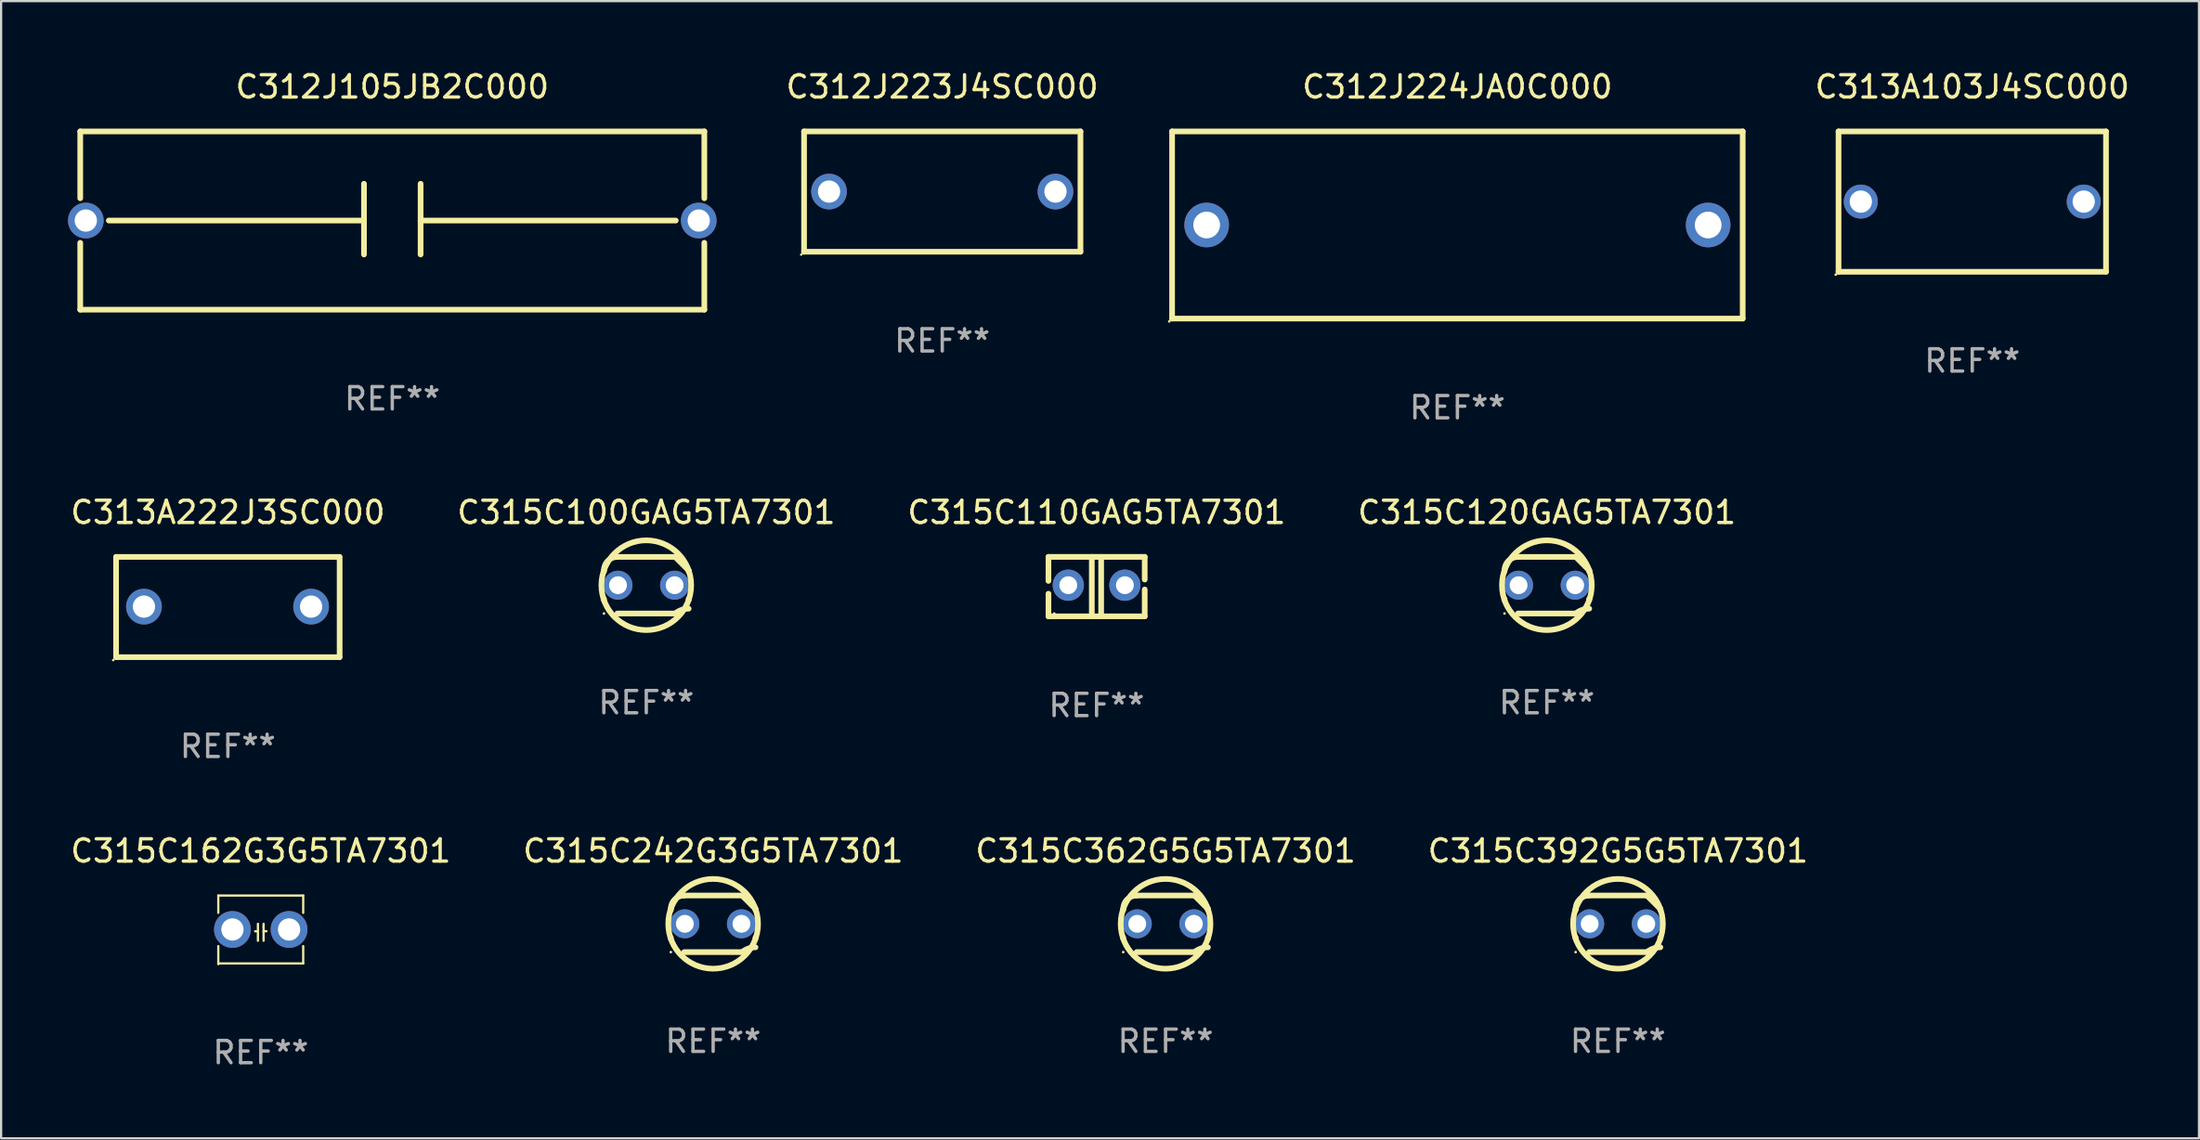
<source format=kicad_pcb>
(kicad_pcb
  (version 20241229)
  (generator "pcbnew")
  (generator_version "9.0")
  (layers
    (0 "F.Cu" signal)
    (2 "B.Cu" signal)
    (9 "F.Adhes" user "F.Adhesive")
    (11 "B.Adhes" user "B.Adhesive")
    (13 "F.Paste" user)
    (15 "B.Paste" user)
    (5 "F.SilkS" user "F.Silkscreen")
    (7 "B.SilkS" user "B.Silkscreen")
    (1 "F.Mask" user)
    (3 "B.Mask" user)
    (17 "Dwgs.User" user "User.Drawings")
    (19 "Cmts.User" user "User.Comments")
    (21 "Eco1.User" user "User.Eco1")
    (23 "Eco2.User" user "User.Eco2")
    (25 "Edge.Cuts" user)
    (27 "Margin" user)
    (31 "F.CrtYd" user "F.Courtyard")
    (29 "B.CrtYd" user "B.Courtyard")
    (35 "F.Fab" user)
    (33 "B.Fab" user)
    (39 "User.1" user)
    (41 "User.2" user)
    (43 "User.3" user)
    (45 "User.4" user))
  (footprint "C312J224JA0C000"
    (layer "F.Cu")
    (at 62.337 7.048)
    (property "Reference" "C312J224JA0C000" (at 0 -6.2 0) (layer "F.SilkS") (effects (font (size 1 1) (thickness 0.15))))
    (attr through_hole)
    (fp_line (start -12.8 -4.2) (end -12.8 4.2) (stroke (width 0.254) (type solid)) (layer "F.SilkS"))
    (fp_line (start -12.8 -4.2) (end 12.8 -4.2) (stroke (width 0.254) (type solid)) (layer "F.SilkS"))
    (fp_line (start 12.8 -4.2) (end 12.8 4.2) (stroke (width 0.254) (type solid)) (layer "F.SilkS"))
    (fp_line (start 12.8 4.2) (end -12.8 4.2) (stroke (width 0.254) (type solid)) (layer "F.SilkS"))
    (fp_circle (center -12.927 4.327) (end -12.897 4.327) (stroke (width 0.06) (type solid)) (fill no) (layer "F.SilkS"))
    (fp_text user "REF**" (at 0 8.2 0) (layer "F.Fab") (effects (font (size 1 1) (thickness 0.15))))
    (pad "1" thru_hole circle (at -11.25 0) (size 2 2) (drill 1.2) (layers "*.Cu" "*.Mask"))
    (pad "2" thru_hole circle (at 11.25 0) (size 2 2) (drill 1.2) (layers "*.Cu" "*.Mask")))
  (footprint "C315C392G5G5TA7301"
    (layer "F.Cu")
    (at 69.542 38.412)
    (property "Reference" "C315C392G5G5TA7301" (at 0 -3.27 0) (layer "F.SilkS") (effects (font (size 1 1) (thickness 0.15))))
    (attr through_hole)
    (fp_line (start -1.9 -0.615) (end -1.9 -0.668) (stroke (width 0.254) (type solid)) (layer "F.SilkS"))
    (fp_line (start -1.9 0.668) (end -1.9 0.615) (stroke (width 0.254) (type solid)) (layer "F.SilkS"))
    (fp_line (start -1.298 1.27) (end 1.298 1.27) (stroke (width 0.254) (type solid)) (layer "F.SilkS"))
    (fp_line (start -1.298 -1.27) (end 1.298 -1.27) (stroke (width 0.254) (type solid)) (layer "F.SilkS"))
    (fp_line (start 1.9 -0.668) (end 1.9 -0.615) (stroke (width 0.254) (type solid)) (layer "F.SilkS"))
    (fp_line (start 1.9 0.615) (end 1.9 0.668) (stroke (width 0.254) (type solid)) (layer "F.SilkS"))
    (fp_arc (start -1.900025 0.667602) (mid 1.900003 -0.66758) (end -1.900025 0.667602) (stroke (width 0.254001) (type solid)) (layer "F.SilkS"))
    (fp_arc (start -1.9 -0.667602) (mid -1.723557 -1.093572) (end -1.297587 -1.270015) (stroke (width 0.254001) (type solid)) (layer "F.SilkS"))
    (fp_arc (start 1.297587 1.26999) (mid 1.579878 1.109027) (end 1.9 1.053172) (stroke (width 0.254001) (type solid)) (layer "F.SilkS"))
    (fp_arc (start 1.297611 -1.270042) (mid 1.598991 -0.969008) (end 1.900025 -0.667628) (stroke (width 0.254001) (type solid)) (layer "F.SilkS"))
    (fp_circle (center -1.9 1.27) (end -1.87 1.27) (stroke (width 0.06) (type solid)) (fill no) (layer "F.SilkS"))
    (fp_text user "REF**" (at 0 5.27 0) (layer "F.Fab") (effects (font (size 1 1) (thickness 0.15))))
    (pad "1" thru_hole circle (at -1.27 -0.000013) (size 1.3 1.3) (drill 0.8) (layers "*.Cu" "*.Mask"))
    (pad "2" thru_hole circle (at 1.27 -0.000013) (size 1.3 1.3) (drill 0.8) (layers "*.Cu" "*.Mask")))
  (footprint "C315C242G3G5TA7301"
    (layer "F.Cu")
    (at 28.946 38.412)
    (property "Reference" "C315C242G3G5TA7301" (at 0 -3.27 0) (layer "F.SilkS") (effects (font (size 1 1) (thickness 0.15))))
    (attr through_hole)
    (fp_line (start -1.9 -0.615) (end -1.9 -0.668) (stroke (width 0.254) (type solid)) (layer "F.SilkS"))
    (fp_line (start -1.9 0.668) (end -1.9 0.615) (stroke (width 0.254) (type solid)) (layer "F.SilkS"))
    (fp_line (start -1.298 1.27) (end 1.298 1.27) (stroke (width 0.254) (type solid)) (layer "F.SilkS"))
    (fp_line (start -1.298 -1.27) (end 1.298 -1.27) (stroke (width 0.254) (type solid)) (layer "F.SilkS"))
    (fp_line (start 1.9 -0.668) (end 1.9 -0.615) (stroke (width 0.254) (type solid)) (layer "F.SilkS"))
    (fp_line (start 1.9 0.615) (end 1.9 0.668) (stroke (width 0.254) (type solid)) (layer "F.SilkS"))
    (fp_arc (start -1.900025 0.667602) (mid 1.900003 -0.66758) (end -1.900025 0.667602) (stroke (width 0.254001) (type solid)) (layer "F.SilkS"))
    (fp_arc (start -1.9 -0.667602) (mid -1.723557 -1.093572) (end -1.297587 -1.270015) (stroke (width 0.254001) (type solid)) (layer "F.SilkS"))
    (fp_arc (start 1.297587 1.26999) (mid 1.579878 1.109027) (end 1.9 1.053172) (stroke (width 0.254001) (type solid)) (layer "F.SilkS"))
    (fp_arc (start 1.297611 -1.270042) (mid 1.598991 -0.969008) (end 1.900025 -0.667628) (stroke (width 0.254001) (type solid)) (layer "F.SilkS"))
    (fp_circle (center -1.9 1.27) (end -1.87 1.27) (stroke (width 0.06) (type solid)) (fill no) (layer "F.SilkS"))
    (fp_text user "REF**" (at 0 5.27 0) (layer "F.Fab") (effects (font (size 1 1) (thickness 0.15))))
    (pad "1" thru_hole circle (at -1.27 -0.000013) (size 1.3 1.3) (drill 0.8) (layers "*.Cu" "*.Mask"))
    (pad "2" thru_hole circle (at 1.27 -0.000013) (size 1.3 1.3) (drill 0.8) (layers "*.Cu" "*.Mask")))
  (footprint "C313A103J4SC000"
    (layer "F.Cu")
    (at 85.437 5.998)
    (property "Reference" "C313A103J4SC000" (at 0 -5.15 0) (layer "F.SilkS") (effects (font (size 1 1) (thickness 0.15))))
    (attr through_hole)
    (fp_line (start -6 -3.15) (end -6 3.15) (stroke (width 0.254) (type solid)) (layer "F.SilkS"))
    (fp_line (start -6 -3.15) (end 6 -3.15) (stroke (width 0.254) (type solid)) (layer "F.SilkS"))
    (fp_line (start -6 3.15) (end 6 3.15) (stroke (width 0.254) (type solid)) (layer "F.SilkS"))
    (fp_line (start 6 -3.15) (end 6 3.15) (stroke (width 0.254) (type solid)) (layer "F.SilkS"))
    (fp_circle (center -6.127 3.277) (end -6.097 3.277) (stroke (width 0.06) (type solid)) (fill no) (layer "F.SilkS"))
    (fp_text user "REF**" (at 0 7.15 0) (layer "F.Fab") (effects (font (size 1 1) (thickness 0.15))))
    (pad "1" thru_hole circle (at -5 0) (size 1.524 1.524) (drill 1) (layers "*.Cu" "*.Mask"))
    (pad "2" thru_hole circle (at 5 0) (size 1.524 1.524) (drill 1) (layers "*.Cu" "*.Mask")))
  (footprint "C315C362G5G5TA7301"
    (layer "F.Cu")
    (at 49.244 38.412)
    (property "Reference" "C315C362G5G5TA7301" (at 0 -3.27 0) (layer "F.SilkS") (effects (font (size 1 1) (thickness 0.15))))
    (attr through_hole)
    (fp_line (start -1.9 -0.615) (end -1.9 -0.668) (stroke (width 0.254) (type solid)) (layer "F.SilkS"))
    (fp_line (start -1.9 0.668) (end -1.9 0.615) (stroke (width 0.254) (type solid)) (layer "F.SilkS"))
    (fp_line (start -1.298 1.27) (end 1.298 1.27) (stroke (width 0.254) (type solid)) (layer "F.SilkS"))
    (fp_line (start -1.298 -1.27) (end 1.298 -1.27) (stroke (width 0.254) (type solid)) (layer "F.SilkS"))
    (fp_line (start 1.9 -0.668) (end 1.9 -0.615) (stroke (width 0.254) (type solid)) (layer "F.SilkS"))
    (fp_line (start 1.9 0.615) (end 1.9 0.668) (stroke (width 0.254) (type solid)) (layer "F.SilkS"))
    (fp_arc (start -1.900025 0.667602) (mid 1.900003 -0.66758) (end -1.900025 0.667602) (stroke (width 0.254001) (type solid)) (layer "F.SilkS"))
    (fp_arc (start -1.9 -0.667602) (mid -1.723557 -1.093572) (end -1.297587 -1.270015) (stroke (width 0.254001) (type solid)) (layer "F.SilkS"))
    (fp_arc (start 1.297587 1.26999) (mid 1.579878 1.109027) (end 1.9 1.053172) (stroke (width 0.254001) (type solid)) (layer "F.SilkS"))
    (fp_arc (start 1.297611 -1.270042) (mid 1.598991 -0.969008) (end 1.900025 -0.667628) (stroke (width 0.254001) (type solid)) (layer "F.SilkS"))
    (fp_circle (center -1.9 1.27) (end -1.87 1.27) (stroke (width 0.06) (type solid)) (fill no) (layer "F.SilkS"))
    (fp_text user "REF**" (at 0 5.27 0) (layer "F.Fab") (effects (font (size 1 1) (thickness 0.15))))
    (pad "1" thru_hole circle (at -1.27 -0.000013) (size 1.3 1.3) (drill 0.8) (layers "*.Cu" "*.Mask"))
    (pad "2" thru_hole circle (at 1.27 -0.000013) (size 1.3 1.3) (drill 0.8) (layers "*.Cu" "*.Mask")))
  (footprint "C313A222J3SC000"
    (layer "F.Cu")
    (at 7.173 24.195)
    (property "Reference" "C313A222J3SC000" (at 0 -4.251 0) (layer "F.SilkS") (effects (font (size 1 1) (thickness 0.15))))
    (attr through_hole)
    (fp_line (start -5.015 2.25) (end -5.015 -2.251) (stroke (width 0.254) (type solid)) (layer "F.SilkS"))
    (fp_line (start -5.005 -2.25) (end 4.995 -2.25) (stroke (width 0.254) (type solid)) (layer "F.SilkS"))
    (fp_line (start 5.005 2.25) (end -4.995 2.25) (stroke (width 0.254) (type solid)) (layer "F.SilkS"))
    (fp_line (start 5.015 -2.25) (end 5.015 2.251) (stroke (width 0.254) (type solid)) (layer "F.SilkS"))
    (fp_circle (center -5.142 2.378) (end -5.112 2.378) (stroke (width 0.06) (type solid)) (fill no) (layer "F.SilkS"))
    (fp_text user "REF**" (at 0 6.251 0) (layer "F.Fab") (effects (font (size 1 1) (thickness 0.15))))
    (pad "1" thru_hole circle (at -3.765 -0.019) (size 1.6 1.6) (drill 1) (layers "*.Cu" "*.Mask"))
    (pad "2" thru_hole circle (at 3.735 -0.019) (size 1.6 1.6) (drill 1) (layers "*.Cu" "*.Mask")))
  (footprint "C315C110GAG5TA7301"
    (layer "F.Cu")
    (at 46.149 23.278)
    (property "Reference" "C315C110GAG5TA7301" (at 0 -3.334 0) (layer "F.SilkS") (effects (font (size 1 1) (thickness 0.15))))
    (attr through_hole)
    (fp_line (start -2.159 -1.334) (end 2.159 -1.334) (stroke (width 0.254) (type solid)) (layer "F.SilkS"))
    (fp_line (start -2.159 -0.256) (end -2.159 -1.334) (stroke (width 0.254) (type solid)) (layer "F.SilkS"))
    (fp_line (start -2.159 1.334) (end -2.159 0.318) (stroke (width 0.254) (type solid)) (layer "F.SilkS"))
    (fp_line (start -0.214 -1.334) (end -0.214 1.207) (stroke (width 0.254) (type solid)) (layer "F.SilkS"))
    (fp_line (start 0.205 -1.334) (end 0.205 1.207) (stroke (width 0.254) (type solid)) (layer "F.SilkS"))
    (fp_line (start 2.159 -1.334) (end 2.159 -0.318) (stroke (width 0.254) (type solid)) (layer "F.SilkS"))
    (fp_line (start 2.159 0.129) (end 2.159 1.334) (stroke (width 0.254) (type solid)) (layer "F.SilkS"))
    (fp_line (start 2.159 1.334) (end -2.159 1.334) (stroke (width 0.254) (type solid)) (layer "F.SilkS"))
    (fp_circle (center -1.9 1.207) (end -1.87 1.207) (stroke (width 0.06) (type solid)) (fill no) (layer "F.SilkS"))
    (fp_text user "REF**" (at 0 5.334 0) (layer "F.Fab") (effects (font (size 1 1) (thickness 0.15))))
    (pad "1" thru_hole circle (at -1.27 -0.064) (size 1.4 1.4) (drill 0.8) (layers "*.Cu" "*.Mask"))
    (pad "2" thru_hole circle (at 1.27 -0.064) (size 1.4 1.4) (drill 0.8) (layers "*.Cu" "*.Mask")))
  (footprint "C315C100GAG5TA7301"
    (layer "F.Cu")
    (at 25.946 23.215)
    (property "Reference" "C315C100GAG5TA7301" (at 0 -3.27 0) (layer "F.SilkS") (effects (font (size 1 1) (thickness 0.15))))
    (attr through_hole)
    (fp_line (start -1.9 -0.615) (end -1.9 -0.668) (stroke (width 0.254) (type solid)) (layer "F.SilkS"))
    (fp_line (start -1.9 0.668) (end -1.9 0.615) (stroke (width 0.254) (type solid)) (layer "F.SilkS"))
    (fp_line (start -1.298 1.27) (end 1.298 1.27) (stroke (width 0.254) (type solid)) (layer "F.SilkS"))
    (fp_line (start -1.298 -1.27) (end 1.298 -1.27) (stroke (width 0.254) (type solid)) (layer "F.SilkS"))
    (fp_line (start 1.9 -0.668) (end 1.9 -0.615) (stroke (width 0.254) (type solid)) (layer "F.SilkS"))
    (fp_line (start 1.9 0.615) (end 1.9 0.668) (stroke (width 0.254) (type solid)) (layer "F.SilkS"))
    (fp_arc (start -1.900025 0.667602) (mid 1.900003 -0.66758) (end -1.900025 0.667602) (stroke (width 0.254001) (type solid)) (layer "F.SilkS"))
    (fp_arc (start -1.9 -0.667602) (mid -1.723557 -1.093572) (end -1.297587 -1.270015) (stroke (width 0.254001) (type solid)) (layer "F.SilkS"))
    (fp_arc (start 1.297587 1.26999) (mid 1.579878 1.109027) (end 1.9 1.053172) (stroke (width 0.254001) (type solid)) (layer "F.SilkS"))
    (fp_arc (start 1.297611 -1.270042) (mid 1.598991 -0.969008) (end 1.900025 -0.667628) (stroke (width 0.254001) (type solid)) (layer "F.SilkS"))
    (fp_circle (center -1.9 1.27) (end -1.87 1.27) (stroke (width 0.06) (type solid)) (fill no) (layer "F.SilkS"))
    (fp_text user "REF**" (at 0 5.27 0) (layer "F.Fab") (effects (font (size 1 1) (thickness 0.15))))
    (pad "1" thru_hole circle (at -1.27 -0.000013) (size 1.3 1.3) (drill 0.8) (layers "*.Cu" "*.Mask"))
    (pad "2" thru_hole circle (at 1.27 -0.000013) (size 1.3 1.3) (drill 0.8) (layers "*.Cu" "*.Mask")))
  (footprint "C312J105JB2C000"
    (layer "F.Cu")
    (at 14.55 6.848)
    (property "Reference" "C312J105JB2C000" (at 0 -6 0) (layer "F.SilkS") (effects (font (size 1 1) (thickness 0.15))))
    (attr through_hole)
    (fp_line (start -14 -4) (end -14 -1) (stroke (width 0.254) (type solid)) (layer "F.SilkS"))
    (fp_line (start -14 1) (end -14 4) (stroke (width 0.254) (type solid)) (layer "F.SilkS"))
    (fp_line (start -12.719 0) (end -1.27 0) (stroke (width 0.254) (type solid)) (layer "F.SilkS"))
    (fp_line (start -1.27 -1.651) (end -1.27 1.524) (stroke (width 0.254) (type solid)) (layer "F.SilkS"))
    (fp_line (start 1.27 -1.651) (end 1.27 1.524) (stroke (width 0.254) (type solid)) (layer "F.SilkS"))
    (fp_line (start 12.719 0) (end 1.27 0) (stroke (width 0.254) (type solid)) (layer "F.SilkS"))
    (fp_line (start 14 -4) (end -14 -4) (stroke (width 0.254) (type solid)) (layer "F.SilkS"))
    (fp_line (start 14 -4) (end 14 -1) (stroke (width 0.254) (type solid)) (layer "F.SilkS"))
    (fp_line (start 14 1) (end 14 4) (stroke (width 0.254) (type solid)) (layer "F.SilkS"))
    (fp_line (start 14 4) (end -14 4) (stroke (width 0.254) (type solid)) (layer "F.SilkS"))
    (fp_text user "REF**" (at 0 8 0) (layer "F.Fab") (effects (font (size 1 1) (thickness 0.15))))
    (pad "1" thru_hole circle (at -13.75 0) (size 1.6 1.6) (drill 1) (layers "*.Cu" "*.Mask"))
    (pad "2" thru_hole circle (at 13.75 0) (size 1.6 1.6) (drill 1) (layers "*.Cu" "*.Mask")))
  (footprint "C315C120GAG5TA7301"
    (layer "F.Cu")
    (at 66.351 23.215)
    (property "Reference" "C315C120GAG5TA7301" (at 0 -3.27 0) (layer "F.SilkS") (effects (font (size 1 1) (thickness 0.15))))
    (attr through_hole)
    (fp_line (start -1.9 -0.615) (end -1.9 -0.668) (stroke (width 0.254) (type solid)) (layer "F.SilkS"))
    (fp_line (start -1.9 0.668) (end -1.9 0.615) (stroke (width 0.254) (type solid)) (layer "F.SilkS"))
    (fp_line (start -1.298 1.27) (end 1.298 1.27) (stroke (width 0.254) (type solid)) (layer "F.SilkS"))
    (fp_line (start -1.298 -1.27) (end 1.298 -1.27) (stroke (width 0.254) (type solid)) (layer "F.SilkS"))
    (fp_line (start 1.9 -0.668) (end 1.9 -0.615) (stroke (width 0.254) (type solid)) (layer "F.SilkS"))
    (fp_line (start 1.9 0.615) (end 1.9 0.668) (stroke (width 0.254) (type solid)) (layer "F.SilkS"))
    (fp_arc (start -1.900025 0.667602) (mid 1.900003 -0.66758) (end -1.900025 0.667602) (stroke (width 0.254001) (type solid)) (layer "F.SilkS"))
    (fp_arc (start -1.9 -0.667602) (mid -1.723557 -1.093572) (end -1.297587 -1.270015) (stroke (width 0.254001) (type solid)) (layer "F.SilkS"))
    (fp_arc (start 1.297587 1.26999) (mid 1.579878 1.109027) (end 1.9 1.053172) (stroke (width 0.254001) (type solid)) (layer "F.SilkS"))
    (fp_arc (start 1.297611 -1.270042) (mid 1.598991 -0.969008) (end 1.900025 -0.667628) (stroke (width 0.254001) (type solid)) (layer "F.SilkS"))
    (fp_circle (center -1.9 1.27) (end -1.87 1.27) (stroke (width 0.06) (type solid)) (fill no) (layer "F.SilkS"))
    (fp_text user "REF**" (at 0 5.27 0) (layer "F.Fab") (effects (font (size 1 1) (thickness 0.15))))
    (pad "1" thru_hole circle (at -1.27 -0.000013) (size 1.3 1.3) (drill 0.8) (layers "*.Cu" "*.Mask"))
    (pad "2" thru_hole circle (at 1.27 -0.000013) (size 1.3 1.3) (drill 0.8) (layers "*.Cu" "*.Mask")))
  (footprint "C315C162G3G5TA7301"
    (layer "F.Cu")
    (at 8.649 38.666)
    (property "Reference" "C315C162G3G5TA7301" (at 0 -3.524 0) (layer "F.SilkS") (effects (font (size 1 1) (thickness 0.15))))
    (attr through_hole)
    (fp_line (start -1.905 -1.524) (end -1.905 -0.745) (stroke (width 0.1) (type solid)) (layer "F.SilkS"))
    (fp_line (start -1.905 0.745) (end -1.905 1.524) (stroke (width 0.1) (type solid)) (layer "F.SilkS"))
    (fp_line (start -1.905 1.524) (end 1.905 1.524) (stroke (width 0.1) (type solid)) (layer "F.SilkS"))
    (fp_line (start -0.127 -0.254) (end -0.127 0.508) (stroke (width 0.1) (type solid)) (layer "F.SilkS"))
    (fp_line (start -0.127 0.082) (end -0.254 0.082) (stroke (width 0.1) (type solid)) (layer "F.SilkS"))
    (fp_line (start 0.127 -0.127) (end 0.127 -0.254) (stroke (width 0.1) (type solid)) (layer "F.SilkS"))
    (fp_line (start 0.127 -0.127) (end 0.127 0.508) (stroke (width 0.1) (type solid)) (layer "F.SilkS"))
    (fp_line (start 0.127 0.077) (end 0.254 0.077) (stroke (width 0.1) (type solid)) (layer "F.SilkS"))
    (fp_line (start 1.905 -1.524) (end -1.905 -1.524) (stroke (width 0.1) (type solid)) (layer "F.SilkS"))
    (fp_line (start 1.905 -0.745) (end 1.905 -1.524) (stroke (width 0.1) (type solid)) (layer "F.SilkS"))
    (fp_line (start 1.905 1.524) (end 1.905 0.745) (stroke (width 0.1) (type solid)) (layer "F.SilkS"))
    (fp_circle (center -1.9 1.55) (end -1.87 1.55) (stroke (width 0.06) (type solid)) (fill no) (layer "F.SilkS"))
    (fp_text user "REF**" (at 0 5.524 0) (layer "F.Fab") (effects (font (size 1 1) (thickness 0.15))))
    (pad "1" thru_hole circle (at -1.27 0) (size 1.65 1.65) (drill 1) (layers "*.Cu" "*.Mask"))
    (pad "2" thru_hole circle (at 1.27 0) (size 1.65 1.65) (drill 1) (layers "*.Cu" "*.Mask")))
  (footprint "C312J223J4SC000"
    (layer "F.Cu")
    (at 39.225 5.548)
    (property "Reference" "C312J223J4SC000" (at 0 -4.7 0) (layer "F.SilkS") (effects (font (size 1 1) (thickness 0.15))))
    (attr through_hole)
    (fp_line (start -6.2 -2.7) (end 6.2 -2.7) (stroke (width 0.254) (type solid)) (layer "F.SilkS"))
    (fp_line (start -6.2 2.7) (end -6.2 -2.7) (stroke (width 0.254) (type solid)) (layer "F.SilkS"))
    (fp_line (start 6.2 -2.7) (end 6.2 2.7) (stroke (width 0.254) (type solid)) (layer "F.SilkS"))
    (fp_line (start 6.2 2.7) (end -6.2 2.7) (stroke (width 0.254) (type solid)) (layer "F.SilkS"))
    (fp_circle (center -6.327 2.827) (end -6.297 2.827) (stroke (width 0.06) (type solid)) (fill no) (layer "F.SilkS"))
    (fp_text user "REF**" (at 0 6.7 0) (layer "F.Fab") (effects (font (size 1 1) (thickness 0.15))))
    (pad "1" thru_hole circle (at -5.08 0) (size 1.6 1.6) (drill 1) (layers "*.Cu" "*.Mask"))
    (pad "2" thru_hole circle (at 5.08 0) (size 1.6 1.6) (drill 1) (layers "*.Cu" "*.Mask")))
  (gr_rect
    (start -3 -3)
    (end 95.609 48.039)
    (stroke (width 0.1) (type default))
    (fill no)
    (layer "Edge.Cuts")))
</source>
